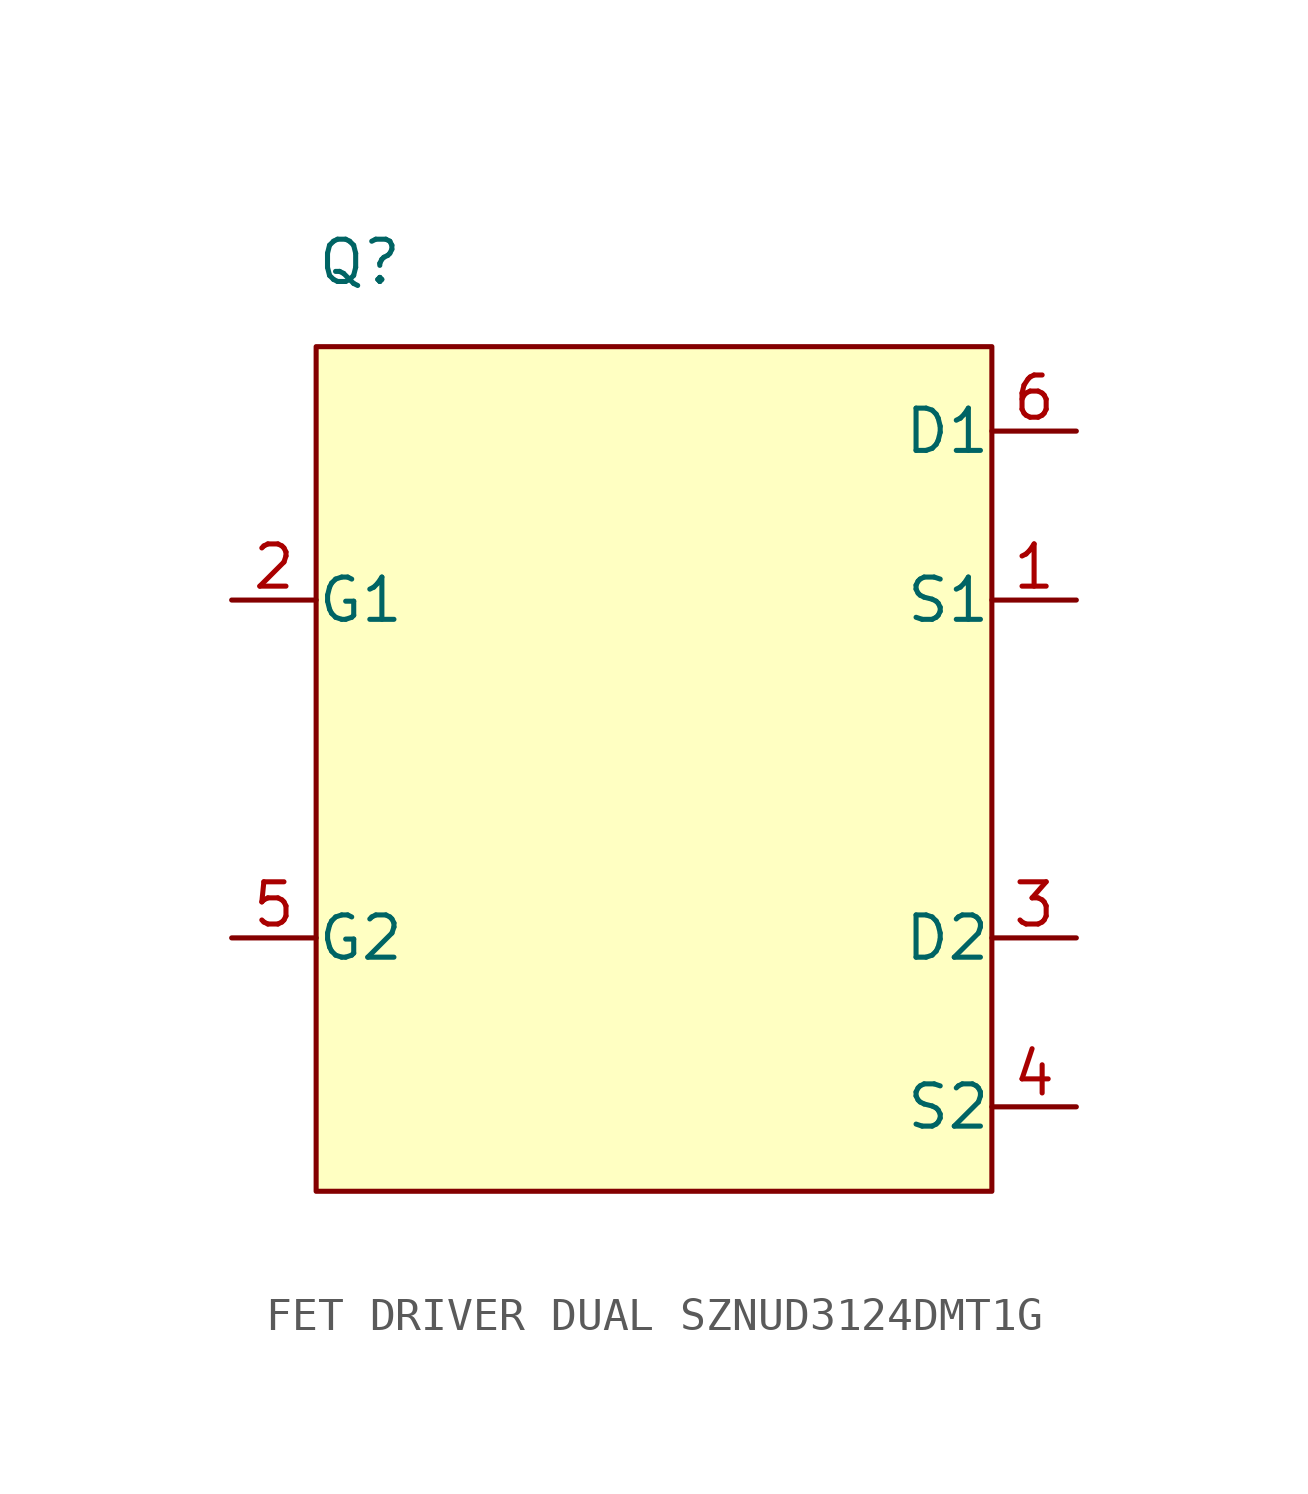
<source format=kicad_sym>
(kicad_symbol_lib
  (version 20241209)
  (generator "kicad_symbol_editor")
  (generator_version "9.0")
  (symbol "FET DRIVER DUAL SZNUD3124DMT1G"
    (pin_names
      (offset 0.002))
    (property "Reference" "Q"
      (at -10.16 15.24 0)
      (effects (font (size 1.27 1.27)) (justify left)))
    (symbol "FET DRIVER DUAL SZNUD3124DMT1G_0_1"
      (rectangle (start -10.16 12.7) (end 10.16 -12.7) (stroke (width 0) (type default)) (fill (type background))))
    (symbol "FET DRIVER DUAL SZNUD3124DMT1G_1_1"
      (pin input line (at -12.7 5.08 0) (length 2.54) (name "G1" (effects (font (size 1.27 1.27)))) (number "2" (effects (font (size 1.27 1.27)))))
      (pin input line (at -12.7 -5.08 0) (length 2.54) (name "G2" (effects (font (size 1.27 1.27)))) (number "5" (effects (font (size 1.27 1.27)))))
      (pin passive line (at 12.7 10.16 180) (length 2.54) (name "D1" (effects (font (size 1.27 1.27)))) (number "6" (effects (font (size 1.27 1.27)))))
      (pin passive line (at 12.7 5.08 180) (length 2.54) (name "S1" (effects (font (size 1.27 1.27)))) (number "1" (effects (font (size 1.27 1.27)))))
      (pin passive line (at 12.7 -5.08 180) (length 2.54) (name "D2" (effects (font (size 1.27 1.27)))) (number "3" (effects (font (size 1.27 1.27)))))
      (pin passive line (at 12.7 -10.16 180) (length 2.54) (name "S2" (effects (font (size 1.27 1.27)))) (number "4" (effects (font (size 1.27 1.27))))))))
</source>
